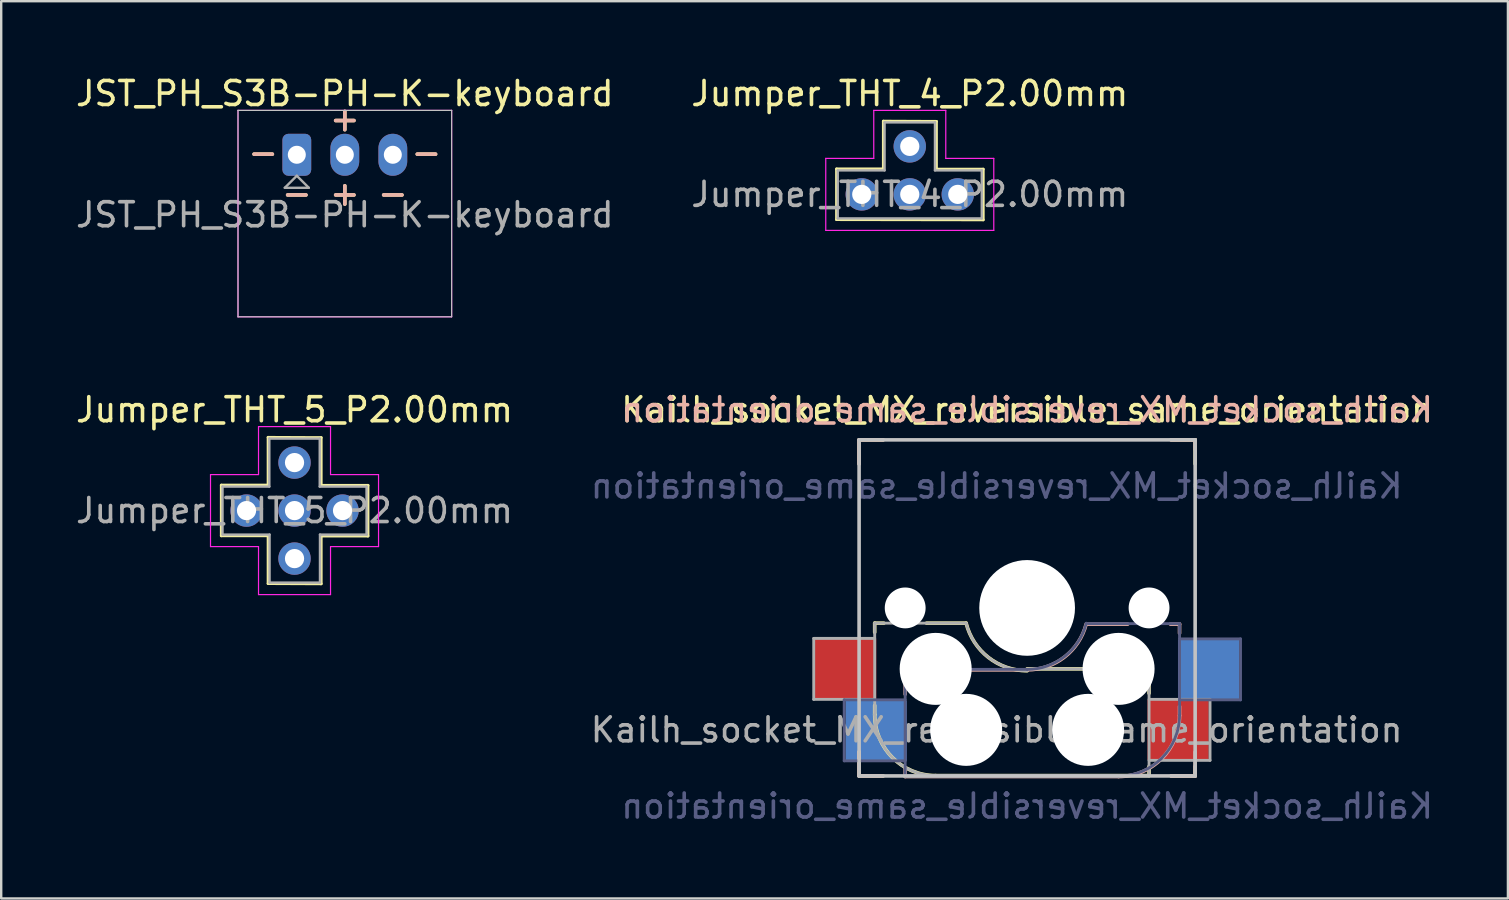
<source format=kicad_pcb>
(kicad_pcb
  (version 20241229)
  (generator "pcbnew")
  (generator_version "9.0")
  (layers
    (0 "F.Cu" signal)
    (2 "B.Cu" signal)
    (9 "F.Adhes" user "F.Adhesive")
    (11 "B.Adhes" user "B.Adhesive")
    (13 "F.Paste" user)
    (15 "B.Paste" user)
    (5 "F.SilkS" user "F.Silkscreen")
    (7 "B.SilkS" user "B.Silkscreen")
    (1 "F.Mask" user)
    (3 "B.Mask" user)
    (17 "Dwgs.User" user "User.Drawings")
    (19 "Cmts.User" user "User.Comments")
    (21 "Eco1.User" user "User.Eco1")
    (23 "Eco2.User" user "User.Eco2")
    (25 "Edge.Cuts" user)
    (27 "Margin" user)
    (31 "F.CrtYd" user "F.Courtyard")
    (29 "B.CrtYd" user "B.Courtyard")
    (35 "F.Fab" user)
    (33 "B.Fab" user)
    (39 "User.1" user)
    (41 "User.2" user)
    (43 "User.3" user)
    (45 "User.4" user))
  (footprint "Jumper_THT_4_P2.00mm"
    (layer "F.Cu")
    (at 34.851 5.048)
    (property "Reference" "Jumper_THT_4_P2.00mm" (at 0 -4.2 0) (layer "F.SilkS") (effects (font (size 1 1) (thickness 0.15))))
    (attr through_hole)
    (fp_line (start -3.05 1.05) (end -3.05 -1.06) (stroke (width 0.12) (type solid)) (layer "F.SilkS"))
    (fp_line (start -3.05 1.05) (end 3.06 1.06) (stroke (width 0.12) (type solid)) (layer "F.SilkS"))
    (fp_line (start -1.1 -3.05) (end 1.11 -3.04) (stroke (width 0.12) (type solid)) (layer "F.SilkS"))
    (fp_line (start -1.1 -1.06) (end -3.05 -1.06) (stroke (width 0.12) (type solid)) (layer "F.SilkS"))
    (fp_line (start -1.1 -1.06) (end -1.1 -3.05) (stroke (width 0.12) (type solid)) (layer "F.SilkS"))
    (fp_line (start 1.11 -1.05) (end 1.11 -3.04) (stroke (width 0.12) (type solid)) (layer "F.SilkS"))
    (fp_line (start 3.06 -1.05) (end 1.11 -1.05) (stroke (width 0.12) (type solid)) (layer "F.SilkS"))
    (fp_line (start 3.06 1.06) (end 3.06 -1.05) (stroke (width 0.12) (type solid)) (layer "F.SilkS"))
    (fp_line (start -3.5 1.5) (end -3.5 -1.5) (stroke (width 0.05) (type solid)) (layer "F.CrtYd"))
    (fp_line (start -1.5 -3.5) (end 1.5 -3.5) (stroke (width 0.05) (type solid)) (layer "F.CrtYd"))
    (fp_line (start -1.5 -1.5) (end -3.5 -1.5) (stroke (width 0.05) (type solid)) (layer "F.CrtYd"))
    (fp_line (start -1.5 -1.5) (end -1.5 -3.5) (stroke (width 0.05) (type solid)) (layer "F.CrtYd"))
    (fp_line (start 1.5 -1.5) (end 1.5 -3.5) (stroke (width 0.05) (type solid)) (layer "F.CrtYd"))
    (fp_line (start 3.5 -1.5) (end 1.5 -1.5) (stroke (width 0.05) (type solid)) (layer "F.CrtYd"))
    (fp_line (start 3.5 -1.5) (end 3.5 1.5) (stroke (width 0.05) (type solid)) (layer "F.CrtYd"))
    (fp_line (start 3.5 1.5) (end -3.5 1.5) (stroke (width 0.05) (type solid)) (layer "F.CrtYd"))
    (fp_line (start -3 -1) (end -3 1) (stroke (width 0.1) (type solid)) (layer "F.Fab"))
    (fp_line (start -3 -1) (end -1.05 -1) (stroke (width 0.1) (type solid)) (layer "F.Fab"))
    (fp_line (start -1.05 -3) (end -1.05 -1) (stroke (width 0.1) (type solid)) (layer "F.Fab"))
    (fp_line (start -1.05 -3) (end 1.05 -3) (stroke (width 0.1) (type solid)) (layer "F.Fab"))
    (fp_line (start 1.05 -3) (end 1.05 -1) (stroke (width 0.1) (type solid)) (layer "F.Fab"))
    (fp_line (start 1.05 -1) (end 3 -1) (stroke (width 0.1) (type solid)) (layer "F.Fab"))
    (fp_line (start 3 -1) (end 3 1) (stroke (width 0.1) (type solid)) (layer "F.Fab"))
    (fp_line (start 3 1) (end -3 1) (stroke (width 0.1) (type solid)) (layer "F.Fab"))
    (fp_text user "${REFERENCE}" (at 0 0 180) (layer "F.Fab") (effects (font (size 1 1) (thickness 0.15))))
    (pad "1" thru_hole circle (at -2 0 90) (size 1.35 1.35) (drill 0.8) (layers "*.Cu" "*.Mask"))
    (pad "2" thru_hole oval (at 0 0 90) (size 1.35 1.35) (drill 0.8) (layers "*.Cu" "*.Mask"))
    (pad "3" thru_hole oval (at 2 0 90) (size 1.35 1.35) (drill 0.8) (layers "*.Cu" "*.Mask"))
    (pad "4" thru_hole oval (at 0 -2 90) (size 1.35 1.35) (drill 0.8) (layers "*.Cu" "*.Mask")))
  (footprint "Jumper_THT_5_P2.00mm"
    (layer "F.Cu")
    (at 9.22 18.221)
    (property "Reference" "Jumper_THT_5_P2.00mm" (at 0 -4.2 0) (layer "F.SilkS") (effects (font (size 1 1) (thickness 0.15))))
    (attr through_hole)
    (fp_line (start -3.05 1.05) (end -3.05 -1.06) (stroke (width 0.12) (type solid)) (layer "F.SilkS"))
    (fp_line (start -3.05 1.05) (end -1.1 1.05) (stroke (width 0.12) (type solid)) (layer "F.SilkS"))
    (fp_line (start -1.1 -3.05) (end 1.11 -3.04) (stroke (width 0.12) (type solid)) (layer "F.SilkS"))
    (fp_line (start -1.1 -1.06) (end -3.05 -1.06) (stroke (width 0.12) (type solid)) (layer "F.SilkS"))
    (fp_line (start -1.1 -1.06) (end -1.1 -3.05) (stroke (width 0.12) (type solid)) (layer "F.SilkS"))
    (fp_line (start -1.1 1.05) (end -1.1 3.04) (stroke (width 0.12) (type solid)) (layer "F.SilkS"))
    (fp_line (start 1.11 -1.05) (end 1.11 -3.04) (stroke (width 0.12) (type solid)) (layer "F.SilkS"))
    (fp_line (start 1.11 1.06) (end 1.11 3.05) (stroke (width 0.12) (type solid)) (layer "F.SilkS"))
    (fp_line (start 1.11 1.06) (end 3.06 1.06) (stroke (width 0.12) (type solid)) (layer "F.SilkS"))
    (fp_line (start 1.11 3.05) (end -1.1 3.04) (stroke (width 0.12) (type solid)) (layer "F.SilkS"))
    (fp_line (start 3.06 -1.05) (end 1.11 -1.05) (stroke (width 0.12) (type solid)) (layer "F.SilkS"))
    (fp_line (start 3.06 1.06) (end 3.06 -1.05) (stroke (width 0.12) (type solid)) (layer "F.SilkS"))
    (fp_line (start -3.5 1.5) (end -3.5 -1.5) (stroke (width 0.05) (type solid)) (layer "F.CrtYd"))
    (fp_line (start -3.5 1.5) (end -1.5 1.5) (stroke (width 0.05) (type solid)) (layer "F.CrtYd"))
    (fp_line (start -1.5 -3.5) (end 1.5 -3.5) (stroke (width 0.05) (type solid)) (layer "F.CrtYd"))
    (fp_line (start -1.5 -1.5) (end -3.5 -1.5) (stroke (width 0.05) (type solid)) (layer "F.CrtYd"))
    (fp_line (start -1.5 -1.5) (end -1.5 -3.5) (stroke (width 0.05) (type solid)) (layer "F.CrtYd"))
    (fp_line (start -1.5 1.5) (end -1.5 3.5) (stroke (width 0.05) (type solid)) (layer "F.CrtYd"))
    (fp_line (start 1.5 -1.5) (end 1.5 -3.5) (stroke (width 0.05) (type solid)) (layer "F.CrtYd"))
    (fp_line (start 1.5 1.5) (end 1.5 3.5) (stroke (width 0.05) (type solid)) (layer "F.CrtYd"))
    (fp_line (start 1.5 1.5) (end 3.5 1.5) (stroke (width 0.05) (type solid)) (layer "F.CrtYd"))
    (fp_line (start 1.5 3.5) (end -1.5 3.5) (stroke (width 0.05) (type solid)) (layer "F.CrtYd"))
    (fp_line (start 3.5 -1.5) (end 1.5 -1.5) (stroke (width 0.05) (type solid)) (layer "F.CrtYd"))
    (fp_line (start 3.5 -1.5) (end 3.5 1.5) (stroke (width 0.05) (type solid)) (layer "F.CrtYd"))
    (fp_line (start -3 -1) (end -3 1) (stroke (width 0.1) (type solid)) (layer "F.Fab"))
    (fp_line (start -3 -1) (end -1.05 -1) (stroke (width 0.1) (type solid)) (layer "F.Fab"))
    (fp_line (start -1.05 -3) (end -1.05 -1) (stroke (width 0.1) (type solid)) (layer "F.Fab"))
    (fp_line (start -1.05 -3) (end 1.05 -3) (stroke (width 0.1) (type solid)) (layer "F.Fab"))
    (fp_line (start -1.04 1) (end -2.99 1) (stroke (width 0.1) (type solid)) (layer "F.Fab"))
    (fp_line (start -1.04 3) (end -1.04 1) (stroke (width 0.1) (type solid)) (layer "F.Fab"))
    (fp_line (start 1.05 -3) (end 1.05 -1) (stroke (width 0.1) (type solid)) (layer "F.Fab"))
    (fp_line (start 1.05 -1) (end 3 -1) (stroke (width 0.1) (type solid)) (layer "F.Fab"))
    (fp_line (start 1.06 3) (end -1.04 3) (stroke (width 0.1) (type solid)) (layer "F.Fab"))
    (fp_line (start 1.06 3) (end 1.06 1) (stroke (width 0.1) (type solid)) (layer "F.Fab"))
    (fp_line (start 3 -1) (end 3 1) (stroke (width 0.1) (type solid)) (layer "F.Fab"))
    (fp_line (start 3.01 1) (end 1.06 1) (stroke (width 0.1) (type solid)) (layer "F.Fab"))
    (fp_text user "${REFERENCE}" (at 0 0 180) (layer "F.Fab") (effects (font (size 1 1) (thickness 0.15))))
    (pad "1" thru_hole circle (at -2 0 90) (size 1.35 1.35) (drill 0.8) (layers "*.Cu" "*.Mask"))
    (pad "2" thru_hole oval (at 0 0 90) (size 1.35 1.35) (drill 0.8) (layers "*.Cu" "*.Mask"))
    (pad "3" thru_hole oval (at 2 0 90) (size 1.35 1.35) (drill 0.8) (layers "*.Cu" "*.Mask"))
    (pad "4" thru_hole oval (at 0 -2 90) (size 1.35 1.35) (drill 0.8) (layers "*.Cu" "*.Mask"))
    (pad "5" thru_hole oval (at 0 2 90) (size 1.35 1.35) (drill 0.8) (layers "*.Cu" "*.Mask")))
  (footprint "Kailh_socket_MX_reversible_same_orientation"
    (layer "F.Cu")
    (at 39.74 22.276)
    (property "Reference" "Kailh_socket_MX_reversible_same_orientation" (at 0 -8.255 0) (layer "F.SilkS") (effects (font (size 1 1) (thickness 0.15))))
    (property "Value" "Kailh_socket_MX_reversible_same_orientation" (at 0 8.255 0) (layer "F.Fab") (hide yes) (effects (font (size 1 1) (thickness 0.15))))
    (attr smd)
    (fp_line (start -7 -7) (end -6 -7) (stroke (width 0.15) (type solid)) (layer "F.SilkS"))
    (fp_line (start -7 -6) (end -7 -7) (stroke (width 0.15) (type solid)) (layer "F.SilkS"))
    (fp_line (start -7 7) (end -7 6) (stroke (width 0.15) (type solid)) (layer "F.SilkS"))
    (fp_line (start -6.35 0.635) (end -5.969 0.635) (stroke (width 0.15) (type solid)) (layer "F.SilkS"))
    (fp_line (start -6.35 1.016) (end -6.35 0.635) (stroke (width 0.15) (type solid)) (layer "F.SilkS"))
    (fp_line (start -6.35 4.445) (end -6.35 4.064) (stroke (width 0.15) (type solid)) (layer "F.SilkS"))
    (fp_line (start -6 7) (end -7 7) (stroke (width 0.15) (type solid)) (layer "F.SilkS"))
    (fp_line (start -4.191 0.635) (end -2.54 0.635) (stroke (width 0.15) (type solid)) (layer "F.SilkS"))
    (fp_line (start 0 2.54) (end 5.08 2.54) (stroke (width 0.15) (type solid)) (layer "F.SilkS"))
    (fp_line (start 5.08 2.54) (end 5.08 3.556) (stroke (width 0.15) (type solid)) (layer "F.SilkS"))
    (fp_line (start 5.08 6.604) (end 5.08 6.985) (stroke (width 0.15) (type solid)) (layer "F.SilkS"))
    (fp_line (start 5.08 6.985) (end -3.81 6.985) (stroke (width 0.15) (type solid)) (layer "F.SilkS"))
    (fp_line (start 6 -7) (end 7 -7) (stroke (width 0.15) (type solid)) (layer "F.SilkS"))
    (fp_line (start 7 -7) (end 7 -6) (stroke (width 0.15) (type solid)) (layer "F.SilkS"))
    (fp_line (start 7 6.604) (end 7 7) (stroke (width 0.15) (type solid)) (layer "F.SilkS"))
    (fp_line (start 7 7) (end 6 7) (stroke (width 0.15) (type solid)) (layer "F.SilkS"))
    (fp_arc (start -3.81 6.985) (mid -5.606051 6.241051) (end -6.35 4.445) (stroke (width 0.15) (type solid)) (layer "F.SilkS"))
    (fp_arc (start -0.000001 2.618171) (mid -1.611255 2.063656) (end -2.539999 0.634999) (stroke (width 0.15) (type solid)) (layer "F.SilkS"))
    (fp_line (start -7 -7) (end -6 -7) (stroke (width 0.15) (type solid)) (layer "B.SilkS"))
    (fp_line (start -7 -6) (end -7 -7) (stroke (width 0.15) (type solid)) (layer "B.SilkS"))
    (fp_line (start -7 7) (end -7 6) (stroke (width 0.15) (type solid)) (layer "B.SilkS"))
    (fp_line (start -6 7) (end -7 7) (stroke (width 0.15) (type solid)) (layer "B.SilkS"))
    (fp_line (start -5.08 2.58) (end -5.08 3.596) (stroke (width 0.15) (type solid)) (layer "B.SilkS"))
    (fp_line (start -5.08 6.644) (end -5.08 7.025) (stroke (width 0.15) (type solid)) (layer "B.SilkS"))
    (fp_line (start -5.08 7.025) (end 3.81 7.025) (stroke (width 0.15) (type solid)) (layer "B.SilkS"))
    (fp_line (start 0 2.58) (end -5.08 2.58) (stroke (width 0.15) (type solid)) (layer "B.SilkS"))
    (fp_line (start 4.191 0.675) (end 2.54 0.675) (stroke (width 0.15) (type solid)) (layer "B.SilkS"))
    (fp_line (start 6 -7) (end 7 -7) (stroke (width 0.15) (type solid)) (layer "B.SilkS"))
    (fp_line (start 6.35 0.675) (end 5.969 0.675) (stroke (width 0.15) (type solid)) (layer "B.SilkS"))
    (fp_line (start 6.35 1.056) (end 6.35 0.675) (stroke (width 0.15) (type solid)) (layer "B.SilkS"))
    (fp_line (start 6.35 4.485) (end 6.35 4.104) (stroke (width 0.15) (type solid)) (layer "B.SilkS"))
    (fp_line (start 7 -7) (end 7 -6.604) (stroke (width 0.15) (type solid)) (layer "B.SilkS"))
    (fp_line (start 7 6) (end 7 7) (stroke (width 0.15) (type solid)) (layer "B.SilkS"))
    (fp_line (start 7 7) (end 6 7) (stroke (width 0.15) (type solid)) (layer "B.SilkS"))
    (fp_arc (start 2.461268 0.667503) (mid 1.558484 2.045674) (end 0 2.58) (stroke (width 0.15) (type solid)) (layer "B.SilkS"))
    (fp_arc (start 6.35 4.485) (mid 5.606051 6.281051) (end 3.81 7.025) (stroke (width 0.15) (type solid)) (layer "B.SilkS"))
    (fp_line (start -7 7) (end -7 -7) (stroke (width 0.15) (type solid)) (layer "Dwgs.User"))
    (fp_line (start -7 7) (end 7 7) (stroke (width 0.15) (type solid)) (layer "Dwgs.User"))
    (fp_line (start 7 -7) (end -7 -7) (stroke (width 0.15) (type solid)) (layer "Dwgs.User"))
    (fp_line (start 7 -7) (end 7 7) (stroke (width 0.15) (type solid)) (layer "Dwgs.User"))
    (fp_line (start -7.62 6.37) (end -7.62 3.83) (stroke (width 0.12) (type solid)) (layer "B.Fab"))
    (fp_line (start -7.62 6.37) (end -5.08 6.37) (stroke (width 0.12) (type solid)) (layer "B.Fab"))
    (fp_line (start -5.08 2.56) (end -5.08 7.005) (stroke (width 0.12) (type solid)) (layer "B.Fab"))
    (fp_line (start -5.08 3.83) (end -7.62 3.83) (stroke (width 0.12) (type solid)) (layer "B.Fab"))
    (fp_line (start -5.08 7.005) (end 3.81 7.005) (stroke (width 0.12) (type solid)) (layer "B.Fab"))
    (fp_line (start 0 2.56) (end -5.08 2.56) (stroke (width 0.12) (type solid)) (layer "B.Fab"))
    (fp_line (start 6.35 0.655) (end 2.54 0.655) (stroke (width 0.12) (type solid)) (layer "B.Fab"))
    (fp_line (start 6.35 3.83) (end 8.89 3.83) (stroke (width 0.12) (type solid)) (layer "B.Fab"))
    (fp_line (start 6.35 4.465) (end 6.35 0.655) (stroke (width 0.12) (type solid)) (layer "B.Fab"))
    (fp_line (start 8.89 1.29) (end 6.35 1.29) (stroke (width 0.12) (type solid)) (layer "B.Fab"))
    (fp_line (start 8.89 3.83) (end 8.89 1.29) (stroke (width 0.12) (type solid)) (layer "B.Fab"))
    (fp_arc (start 2.464162 0.63604) (mid 1.563147 2.022042) (end 0 2.56) (stroke (width 0.12) (type solid)) (layer "B.Fab"))
    (fp_arc (start 6.35 4.465) (mid 5.606051 6.261051) (end 3.81 7.005) (stroke (width 0.12) (type solid)) (layer "B.Fab"))
    (fp_line (start -8.89 1.27) (end -8.89 3.81) (stroke (width 0.12) (type solid)) (layer "F.Fab"))
    (fp_line (start -8.89 3.81) (end -6.35 3.81) (stroke (width 0.12) (type solid)) (layer "F.Fab"))
    (fp_line (start -6.35 0.635) (end -6.35 4.445) (stroke (width 0.12) (type solid)) (layer "F.Fab"))
    (fp_line (start -6.35 1.27) (end -8.89 1.27) (stroke (width 0.12) (type solid)) (layer "F.Fab"))
    (fp_line (start -3.81 6.985) (end 5.08 6.985) (stroke (width 0.12) (type solid)) (layer "F.Fab"))
    (fp_line (start -2.54 0.635) (end -6.35 0.635) (stroke (width 0.12) (type solid)) (layer "F.Fab"))
    (fp_line (start 5.08 2.54) (end 0 2.54) (stroke (width 0.12) (type solid)) (layer "F.Fab"))
    (fp_line (start 5.08 6.35) (end 7.62 6.35) (stroke (width 0.12) (type solid)) (layer "F.Fab"))
    (fp_line (start 5.08 6.985) (end 5.08 2.54) (stroke (width 0.12) (type solid)) (layer "F.Fab"))
    (fp_line (start 7.62 3.81) (end 5.08 3.81) (stroke (width 0.12) (type solid)) (layer "F.Fab"))
    (fp_line (start 7.62 6.35) (end 7.62 3.81) (stroke (width 0.12) (type solid)) (layer "F.Fab"))
    (fp_arc (start -3.81 6.985) (mid -5.606051 6.241051) (end -6.35 4.445) (stroke (width 0.12) (type solid)) (layer "F.Fab"))
    (fp_arc (start -0.000001 2.618171) (mid -1.611255 2.063656) (end -2.539999 0.634999) (stroke (width 0.12) (type solid)) (layer "F.Fab"))
    (fp_text user "${REFERENCE}" (at 0 -8.255 0) (layer "B.SilkS") (effects (font (size 1 1) (thickness 0.15)) (justify mirror)))
    (fp_text user "${REFERENCE}" (at -1.27 -5.08 0) (layer "B.Fab") (effects (font (size 1 1) (thickness 0.15)) (justify mirror)))
    (fp_text user "${VALUE}" (at 0 8.255 0) (layer "B.Fab") (effects (font (size 1 1) (thickness 0.15)) (justify mirror)))
    (fp_text user "${REFERENCE}" (at -1.27 5.08 0) (layer "F.Fab") (effects (font (size 1 1) (thickness 0.15))))
    (pad "" np_thru_hole circle (at -5.08 0) (size 1.702 1.702) (drill 1.702) (layers "*.Cu" "*.Mask"))
    (pad "" np_thru_hole circle (at -3.81 2.54) (size 3 3) (drill 3) (layers "*.Cu" "*.Mask"))
    (pad "" np_thru_hole circle (at -2.54 5.08 180) (size 3 3) (drill 3) (layers "*.Cu" "*.Mask"))
    (pad "" np_thru_hole circle (at 0 0) (size 3.988 3.988) (drill 3.988) (layers "*.Cu" "*.Mask"))
    (pad "" np_thru_hole circle (at 2.54 5.08) (size 3 3) (drill 3) (layers "*.Cu" "*.Mask"))
    (pad "" np_thru_hole circle (at 3.81 2.54 180) (size 3 3) (drill 3) (layers "*.Cu" "*.Mask"))
    (pad "" np_thru_hole circle (at 5.08 0) (size 1.702 1.702) (drill 1.702) (layers "*.Cu" "*.Mask"))
    (pad "1" smd rect (at -6.29 5.12 180) (size 2.55 2.5) (layers "B.Cu" "B.Mask" "B.Paste"))
    (pad "1" smd rect (at 6.29 5.08) (size 2.55 2.5) (layers "F.Cu" "F.Mask" "F.Paste"))
    (pad "2" smd rect (at -7.56 2.54) (size 2.55 2.5) (layers "F.Cu" "F.Mask" "F.Paste"))
    (pad "2" smd rect (at 7.56 2.58 180) (size 2.55 2.5) (layers "B.Cu" "B.Mask" "B.Paste")))
  (footprint "JST_PH_S3B-PH-K-keyboard"
    (layer "F.Cu")
    (at 9.315 3.398)
    (property "Reference" "JST_PH_S3B-PH-K-keyboard" (at 2 -2.55 0) (layer "F.SilkS") (effects (font (size 1 1) (thickness 0.15))))
    (attr through_hole)
    (fp_line (start -2.45 -1.85) (end -2.45 6.75) (stroke (width 0.05) (type solid)) (layer "Dwgs.User"))
    (fp_line (start -2.45 6.75) (end 6.45 6.75) (stroke (width 0.05) (type solid)) (layer "Dwgs.User"))
    (fp_line (start 6.45 -1.85) (end -2.45 -1.85) (stroke (width 0.05) (type solid)) (layer "Dwgs.User"))
    (fp_line (start 6.45 6.75) (end 6.45 -1.85) (stroke (width 0.05) (type solid)) (layer "Dwgs.User"))
    (fp_line (start -2.45 -1.85) (end -2.45 6.75) (stroke (width 0.05) (type solid)) (layer "F.CrtYd"))
    (fp_line (start -2.45 6.75) (end 6.45 6.75) (stroke (width 0.05) (type solid)) (layer "F.CrtYd"))
    (fp_line (start 6.45 -1.85) (end -2.45 -1.85) (stroke (width 0.05) (type solid)) (layer "F.CrtYd"))
    (fp_line (start 6.45 6.75) (end 6.45 -1.85) (stroke (width 0.05) (type solid)) (layer "F.CrtYd"))
    (fp_line (start -0.5 1.375) (end 0.5 1.375) (stroke (width 0.1) (type solid)) (layer "F.Fab"))
    (fp_line (start 0 0.875) (end -0.5 1.375) (stroke (width 0.1) (type solid)) (layer "F.Fab"))
    (fp_line (start 0.5 1.375) (end 0 0.875) (stroke (width 0.1) (type solid)) (layer "F.Fab"))
    (fp_text user "+" (at 2 1.6 0) (unlocked yes) (layer "F.SilkS") (effects (font (size 1 1) (thickness 0.15))))
    (fp_text user "-" (at 4 1.6 0) (unlocked yes) (layer "F.SilkS") (effects (font (size 1 1) (thickness 0.15))))
    (fp_text user "-" (at 5.4 -0.1 0) (unlocked yes) (layer "F.SilkS") (effects (font (size 1 1) (thickness 0.15))))
    (fp_text user "-" (at 0 1.6 0) (unlocked yes) (layer "F.SilkS") (effects (font (size 1 1) (thickness 0.15))))
    (fp_text user "+" (at 2 -1.5 0) (unlocked yes) (layer "F.SilkS") (effects (font (size 1 1) (thickness 0.15))))
    (fp_text user "-" (at -1.4 -0.1 0) (unlocked yes) (layer "F.SilkS") (effects (font (size 1 1) (thickness 0.15))))
    (fp_text user "-" (at -1.4 -0.1 0) (unlocked yes) (layer "B.SilkS") (effects (font (size 1 1) (thickness 0.15))))
    (fp_text user "+" (at 2 1.6 0) (unlocked yes) (layer "B.SilkS") (effects (font (size 1 1) (thickness 0.15))))
    (fp_text user "+" (at 2 -1.5 0) (unlocked yes) (layer "B.SilkS") (effects (font (size 1 1) (thickness 0.15))))
    (fp_text user "-" (at 4 1.6 0) (unlocked yes) (layer "B.SilkS") (effects (font (size 1 1) (thickness 0.15))))
    (fp_text user "-" (at 5.4 -0.1 0) (unlocked yes) (layer "B.SilkS") (effects (font (size 1 1) (thickness 0.15))))
    (fp_text user "-" (at 0 1.6 0) (unlocked yes) (layer "B.SilkS") (effects (font (size 1 1) (thickness 0.15))))
    (fp_text user "${REFERENCE}" (at 2 2.5 0) (layer "F.Fab") (effects (font (size 1 1) (thickness 0.15))))
    (pad "1" thru_hole roundrect (at 0 0) (size 1.2 1.75) (drill 0.75) (layers "*.Cu" "*.Mask") (roundrect_rratio 0.208))
    (pad "2" thru_hole oval (at 2 0) (size 1.2 1.75) (drill 0.75) (layers "*.Cu" "*.Mask"))
    (pad "3" thru_hole oval (at 4 0) (size 1.2 1.75) (drill 0.75) (layers "*.Cu" "*.Mask")))
  (gr_rect
    (start -3 -3)
    (end 59.77 34.38)
    (stroke (width 0.1) (type default))
    (fill no)
    (layer "Edge.Cuts")))
</source>
